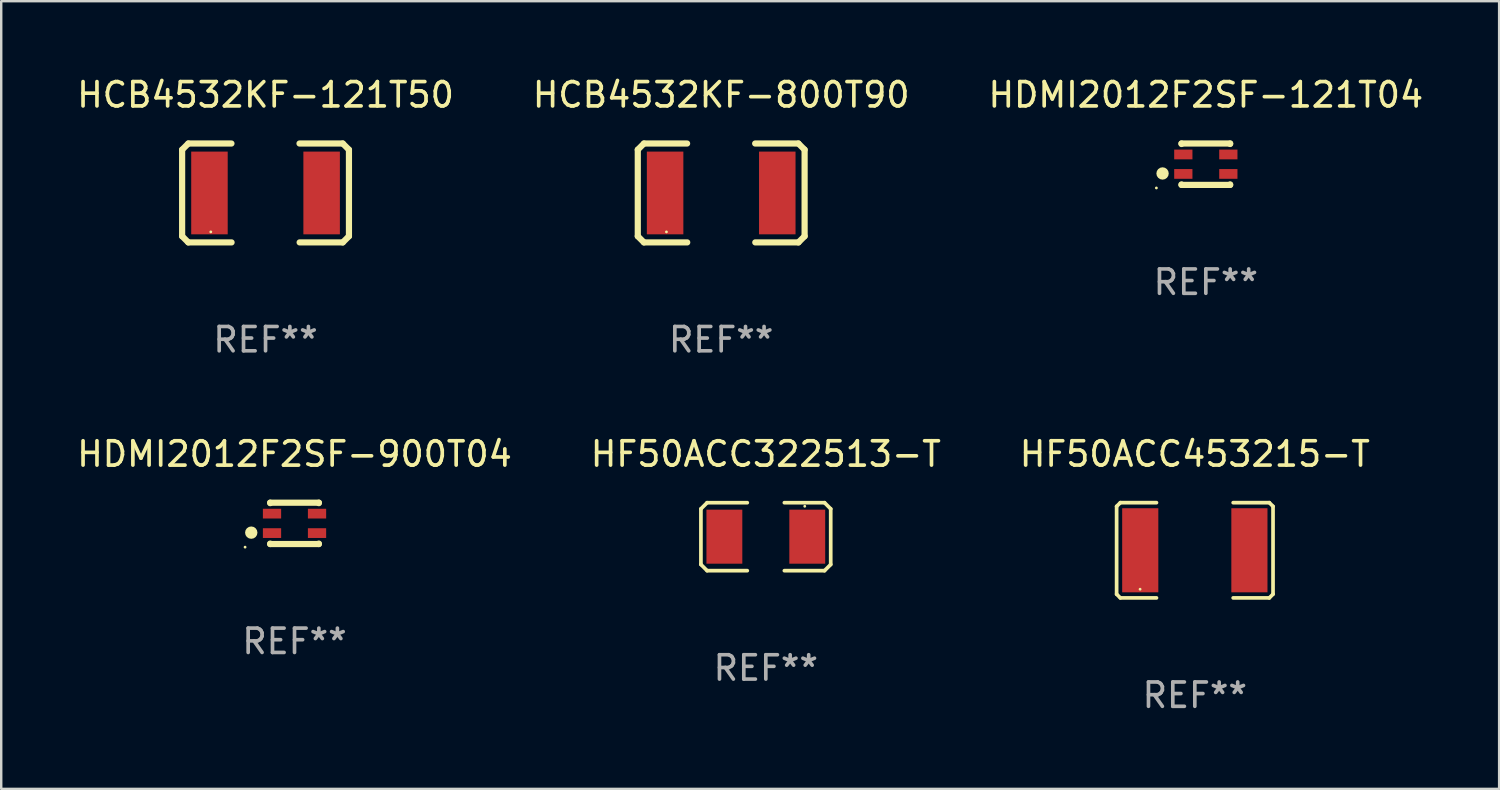
<source format=kicad_pcb>
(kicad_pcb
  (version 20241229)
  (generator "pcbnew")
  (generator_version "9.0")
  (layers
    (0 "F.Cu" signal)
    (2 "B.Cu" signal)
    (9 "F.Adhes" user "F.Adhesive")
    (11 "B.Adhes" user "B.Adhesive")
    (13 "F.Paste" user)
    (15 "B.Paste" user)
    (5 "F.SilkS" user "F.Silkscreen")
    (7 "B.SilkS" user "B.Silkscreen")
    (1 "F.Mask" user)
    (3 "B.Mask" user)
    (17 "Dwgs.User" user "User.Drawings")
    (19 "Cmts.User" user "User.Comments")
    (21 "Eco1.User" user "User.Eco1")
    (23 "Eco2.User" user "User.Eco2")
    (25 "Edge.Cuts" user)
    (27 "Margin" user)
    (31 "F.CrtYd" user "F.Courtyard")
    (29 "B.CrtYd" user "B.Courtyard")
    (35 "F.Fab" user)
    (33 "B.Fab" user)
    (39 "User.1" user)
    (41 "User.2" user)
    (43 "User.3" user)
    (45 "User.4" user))
  (footprint "HCB4532KF-800T90"
    (layer "F.Cu")
    (at 26.589 4.88)
    (property "Reference" "HCB4532KF-800T90" (at 0 -4.032 0) (layer "F.SilkS") (effects (font (size 1 1) (thickness 0.15))))
    (attr through_hole)
    (fp_line (start -3.428 -1.778) (end -3.174 -2.032) (stroke (width 0.254) (type solid)) (layer "F.SilkS"))
    (fp_line (start -3.428 1.778) (end -3.428 -1.778) (stroke (width 0.254) (type solid)) (layer "F.SilkS"))
    (fp_line (start -3.174 -2.032) (end -1.401 -2.032) (stroke (width 0.254) (type solid)) (layer "F.SilkS"))
    (fp_line (start -3.174 2.032) (end -3.428 1.778) (stroke (width 0.254) (type solid)) (layer "F.SilkS"))
    (fp_line (start -1.396 2.032) (end -3.174 2.032) (stroke (width 0.254) (type solid)) (layer "F.SilkS"))
    (fp_line (start 1.396 -2.032) (end 3.174 -2.032) (stroke (width 0.254) (type solid)) (layer "F.SilkS"))
    (fp_line (start 3.174 -2.032) (end 3.428 -1.778) (stroke (width 0.254) (type solid)) (layer "F.SilkS"))
    (fp_line (start 3.174 2.032) (end 1.401 2.032) (stroke (width 0.254) (type solid)) (layer "F.SilkS"))
    (fp_line (start 3.428 -1.778) (end 3.428 1.778) (stroke (width 0.254) (type solid)) (layer "F.SilkS"))
    (fp_line (start 3.428 1.778) (end 3.174 2.032) (stroke (width 0.254) (type solid)) (layer "F.SilkS"))
    (fp_circle (center -2.25 1.6) (end -2.22 1.6) (stroke (width 0.06) (type solid)) (fill no) (layer "F.SilkS"))
    (fp_text user "REF**" (at 0 6.032 0) (layer "F.Fab") (effects (font (size 1 1) (thickness 0.15))))
    (pad "1" smd rect (at -2.305 0) (size 1.5 3.4) (layers "F.Cu" "F.Mask" "F.Paste"))
    (pad "2" smd rect (at 2.305 0) (size 1.5 3.4) (layers "F.Cu" "F.Mask" "F.Paste")))
  (footprint "HF50ACC322513-T"
    (layer "F.Cu")
    (at 28.423 19.006)
    (property "Reference" "HF50ACC322513-T" (at 0 -3.397 0) (layer "F.SilkS") (effects (font (size 1 1) (thickness 0.15))))
    (attr through_hole)
    (fp_line (start -2.667 -1.143) (end -2.413 -1.397) (stroke (width 0.152) (type solid)) (layer "F.SilkS"))
    (fp_line (start -2.667 1.143) (end -2.667 -1.143) (stroke (width 0.152) (type solid)) (layer "F.SilkS"))
    (fp_line (start -2.413 -1.397) (end -0.762 -1.397) (stroke (width 0.152) (type solid)) (layer "F.SilkS"))
    (fp_line (start -2.413 1.397) (end -2.667 1.143) (stroke (width 0.152) (type solid)) (layer "F.SilkS"))
    (fp_line (start -0.762 1.397) (end -2.413 1.397) (stroke (width 0.152) (type solid)) (layer "F.SilkS"))
    (fp_line (start 0.762 -1.397) (end 2.413 -1.397) (stroke (width 0.152) (type solid)) (layer "F.SilkS"))
    (fp_line (start 2.413 -1.397) (end 2.667 -1.143) (stroke (width 0.152) (type solid)) (layer "F.SilkS"))
    (fp_line (start 2.413 1.397) (end 0.762 1.397) (stroke (width 0.152) (type solid)) (layer "F.SilkS"))
    (fp_line (start 2.667 -1.143) (end 2.667 1.143) (stroke (width 0.152) (type solid)) (layer "F.SilkS"))
    (fp_line (start 2.667 1.143) (end 2.413 1.397) (stroke (width 0.152) (type solid)) (layer "F.SilkS"))
    (fp_circle (center 1.6 -1.25) (end 1.63 -1.25) (stroke (width 0.06) (type solid)) (fill no) (layer "F.SilkS"))
    (fp_text user "REF**" (at 0 5.397 0) (layer "F.Fab") (effects (font (size 1 1) (thickness 0.15))))
    (pad "1" smd rect (at 1.703 0) (size 1.474 2.22) (layers "F.Cu" "F.Mask" "F.Paste"))
    (pad "2" smd rect (at -1.703 0) (size 1.474 2.22) (layers "F.Cu" "F.Mask" "F.Paste")))
  (footprint "HDMI2012F2SF-900T04"
    (layer "F.Cu")
    (at 9.054 18.459)
    (property "Reference" "HDMI2012F2SF-900T04" (at 0 -2.85 0) (layer "F.SilkS") (effects (font (size 1 1) (thickness 0.15))))
    (attr through_hole)
    (fp_line (start -1 -0.85) (end -1 -0.831) (stroke (width 0.254) (type solid)) (layer "F.SilkS"))
    (fp_line (start -1 -0.85) (end 1 -0.85) (stroke (width 0.254) (type solid)) (layer "F.SilkS"))
    (fp_line (start -1 0.831) (end -1 0.85) (stroke (width 0.254) (type solid)) (layer "F.SilkS"))
    (fp_line (start -1 0.85) (end 1 0.85) (stroke (width 0.254) (type solid)) (layer "F.SilkS"))
    (fp_line (start 1 -0.85) (end 1 -0.831) (stroke (width 0.254) (type solid)) (layer "F.SilkS"))
    (fp_line (start 1 0.831) (end 1 0.85) (stroke (width 0.254) (type solid)) (layer "F.SilkS"))
    (fp_circle (center -2.032 0.977) (end -2.002 0.977) (stroke (width 0.06) (type solid)) (fill no) (layer "F.SilkS"))
    (fp_circle (center -1.778 0.381) (end -1.651 0.381) (stroke (width 0.254) (type solid)) (fill no) (layer "F.SilkS"))
    (fp_text user "REF**" (at 0 4.85 0) (layer "F.Fab") (effects (font (size 1 1) (thickness 0.15))))
    (pad "1" smd rect (at -0.925 0.4) (size 0.75 0.4) (layers "F.Cu" "F.Mask" "F.Paste"))
    (pad "2" smd rect (at 0.925 0.4) (size 0.75 0.4) (layers "F.Cu" "F.Mask" "F.Paste"))
    (pad "3" smd rect (at 0.925 -0.4) (size 0.75 0.4) (layers "F.Cu" "F.Mask" "F.Paste"))
    (pad "4" smd rect (at -0.925 -0.4) (size 0.75 0.4) (layers "F.Cu" "F.Mask" "F.Paste")))
  (footprint "HCB4532KF-121T50"
    (layer "F.Cu")
    (at 7.863 4.88)
    (property "Reference" "HCB4532KF-121T50" (at 0 -4.032 0) (layer "F.SilkS") (effects (font (size 1 1) (thickness 0.15))))
    (attr through_hole)
    (fp_line (start -3.428 -1.778) (end -3.174 -2.032) (stroke (width 0.254) (type solid)) (layer "F.SilkS"))
    (fp_line (start -3.428 1.778) (end -3.428 -1.778) (stroke (width 0.254) (type solid)) (layer "F.SilkS"))
    (fp_line (start -3.174 -2.032) (end -1.401 -2.032) (stroke (width 0.254) (type solid)) (layer "F.SilkS"))
    (fp_line (start -3.174 2.032) (end -3.428 1.778) (stroke (width 0.254) (type solid)) (layer "F.SilkS"))
    (fp_line (start -1.396 2.032) (end -3.174 2.032) (stroke (width 0.254) (type solid)) (layer "F.SilkS"))
    (fp_line (start 1.396 -2.032) (end 3.174 -2.032) (stroke (width 0.254) (type solid)) (layer "F.SilkS"))
    (fp_line (start 3.174 -2.032) (end 3.428 -1.778) (stroke (width 0.254) (type solid)) (layer "F.SilkS"))
    (fp_line (start 3.174 2.032) (end 1.401 2.032) (stroke (width 0.254) (type solid)) (layer "F.SilkS"))
    (fp_line (start 3.428 -1.778) (end 3.428 1.778) (stroke (width 0.254) (type solid)) (layer "F.SilkS"))
    (fp_line (start 3.428 1.778) (end 3.174 2.032) (stroke (width 0.254) (type solid)) (layer "F.SilkS"))
    (fp_circle (center -2.25 1.6) (end -2.22 1.6) (stroke (width 0.06) (type solid)) (fill no) (layer "F.SilkS"))
    (fp_text user "REF**" (at 0 6.032 0) (layer "F.Fab") (effects (font (size 1 1) (thickness 0.15))))
    (pad "1" smd rect (at -2.305 0) (size 1.5 3.4) (layers "F.Cu" "F.Mask" "F.Paste"))
    (pad "2" smd rect (at 2.305 0) (size 1.5 3.4) (layers "F.Cu" "F.Mask" "F.Paste")))
  (footprint "HDMI2012F2SF-121T04"
    (layer "F.Cu")
    (at 46.506 3.698)
    (property "Reference" "HDMI2012F2SF-121T04" (at 0 -2.85 0) (layer "F.SilkS") (effects (font (size 1 1) (thickness 0.15))))
    (attr through_hole)
    (fp_line (start -1 -0.85) (end -1 -0.831) (stroke (width 0.254) (type solid)) (layer "F.SilkS"))
    (fp_line (start -1 -0.85) (end 1 -0.85) (stroke (width 0.254) (type solid)) (layer "F.SilkS"))
    (fp_line (start -1 0.831) (end -1 0.85) (stroke (width 0.254) (type solid)) (layer "F.SilkS"))
    (fp_line (start -1 0.85) (end 1 0.85) (stroke (width 0.254) (type solid)) (layer "F.SilkS"))
    (fp_line (start 1 -0.85) (end 1 -0.831) (stroke (width 0.254) (type solid)) (layer "F.SilkS"))
    (fp_line (start 1 0.831) (end 1 0.85) (stroke (width 0.254) (type solid)) (layer "F.SilkS"))
    (fp_circle (center -2.032 0.977) (end -2.002 0.977) (stroke (width 0.06) (type solid)) (fill no) (layer "F.SilkS"))
    (fp_circle (center -1.778 0.381) (end -1.651 0.381) (stroke (width 0.254) (type solid)) (fill no) (layer "F.SilkS"))
    (fp_text user "REF**" (at 0 4.85 0) (layer "F.Fab") (effects (font (size 1 1) (thickness 0.15))))
    (pad "1" smd rect (at -0.925 0.4) (size 0.75 0.4) (layers "F.Cu" "F.Mask" "F.Paste"))
    (pad "2" smd rect (at 0.925 0.4) (size 0.75 0.4) (layers "F.Cu" "F.Mask" "F.Paste"))
    (pad "3" smd rect (at 0.925 -0.4) (size 0.75 0.4) (layers "F.Cu" "F.Mask" "F.Paste"))
    (pad "4" smd rect (at -0.925 -0.4) (size 0.75 0.4) (layers "F.Cu" "F.Mask" "F.Paste")))
  (footprint "HF50ACC453215-T"
    (layer "F.Cu")
    (at 46.054 19.565)
    (property "Reference" "HF50ACC453215-T" (at 0 -3.957 0) (layer "F.SilkS") (effects (font (size 1 1) (thickness 0.15))))
    (attr through_hole)
    (fp_line (start -3.214 -1.804) (end -3.214 1.804) (stroke (width 0.152) (type solid)) (layer "F.SilkS"))
    (fp_line (start -3.214 1.804) (end -3.061 1.957) (stroke (width 0.152) (type solid)) (layer "F.SilkS"))
    (fp_line (start -3.061 -1.957) (end -3.214 -1.804) (stroke (width 0.152) (type solid)) (layer "F.SilkS"))
    (fp_line (start -3.061 1.957) (end -1.576 1.957) (stroke (width 0.152) (type solid)) (layer "F.SilkS"))
    (fp_line (start -1.576 -1.957) (end -3.061 -1.957) (stroke (width 0.152) (type solid)) (layer "F.SilkS"))
    (fp_line (start 1.576 -1.957) (end 3.061 -1.957) (stroke (width 0.152) (type solid)) (layer "F.SilkS"))
    (fp_line (start 3.061 -1.957) (end 3.214 -1.804) (stroke (width 0.152) (type solid)) (layer "F.SilkS"))
    (fp_line (start 3.061 1.957) (end 1.576 1.957) (stroke (width 0.152) (type solid)) (layer "F.SilkS"))
    (fp_line (start 3.214 -1.804) (end 3.214 1.804) (stroke (width 0.152) (type solid)) (layer "F.SilkS"))
    (fp_line (start 3.214 1.804) (end 3.061 1.957) (stroke (width 0.152) (type solid)) (layer "F.SilkS"))
    (fp_circle (center -2.25 1.6) (end -2.22 1.6) (stroke (width 0.06) (type solid)) (fill no) (layer "F.SilkS"))
    (fp_text user "REF**" (at 0 5.957 0) (layer "F.Fab") (effects (font (size 1 1) (thickness 0.15))))
    (pad "1" smd rect (at -2.243 0) (size 1.485 3.456) (layers "F.Cu" "F.Mask" "F.Paste"))
    (pad "2" smd rect (at 2.243 0) (size 1.485 3.456) (layers "F.Cu" "F.Mask" "F.Paste")))
  (gr_rect
    (start -3 -3)
    (end 58.56 29.37)
    (stroke (width 0.1) (type default))
    (fill no)
    (layer "Edge.Cuts")))
</source>
